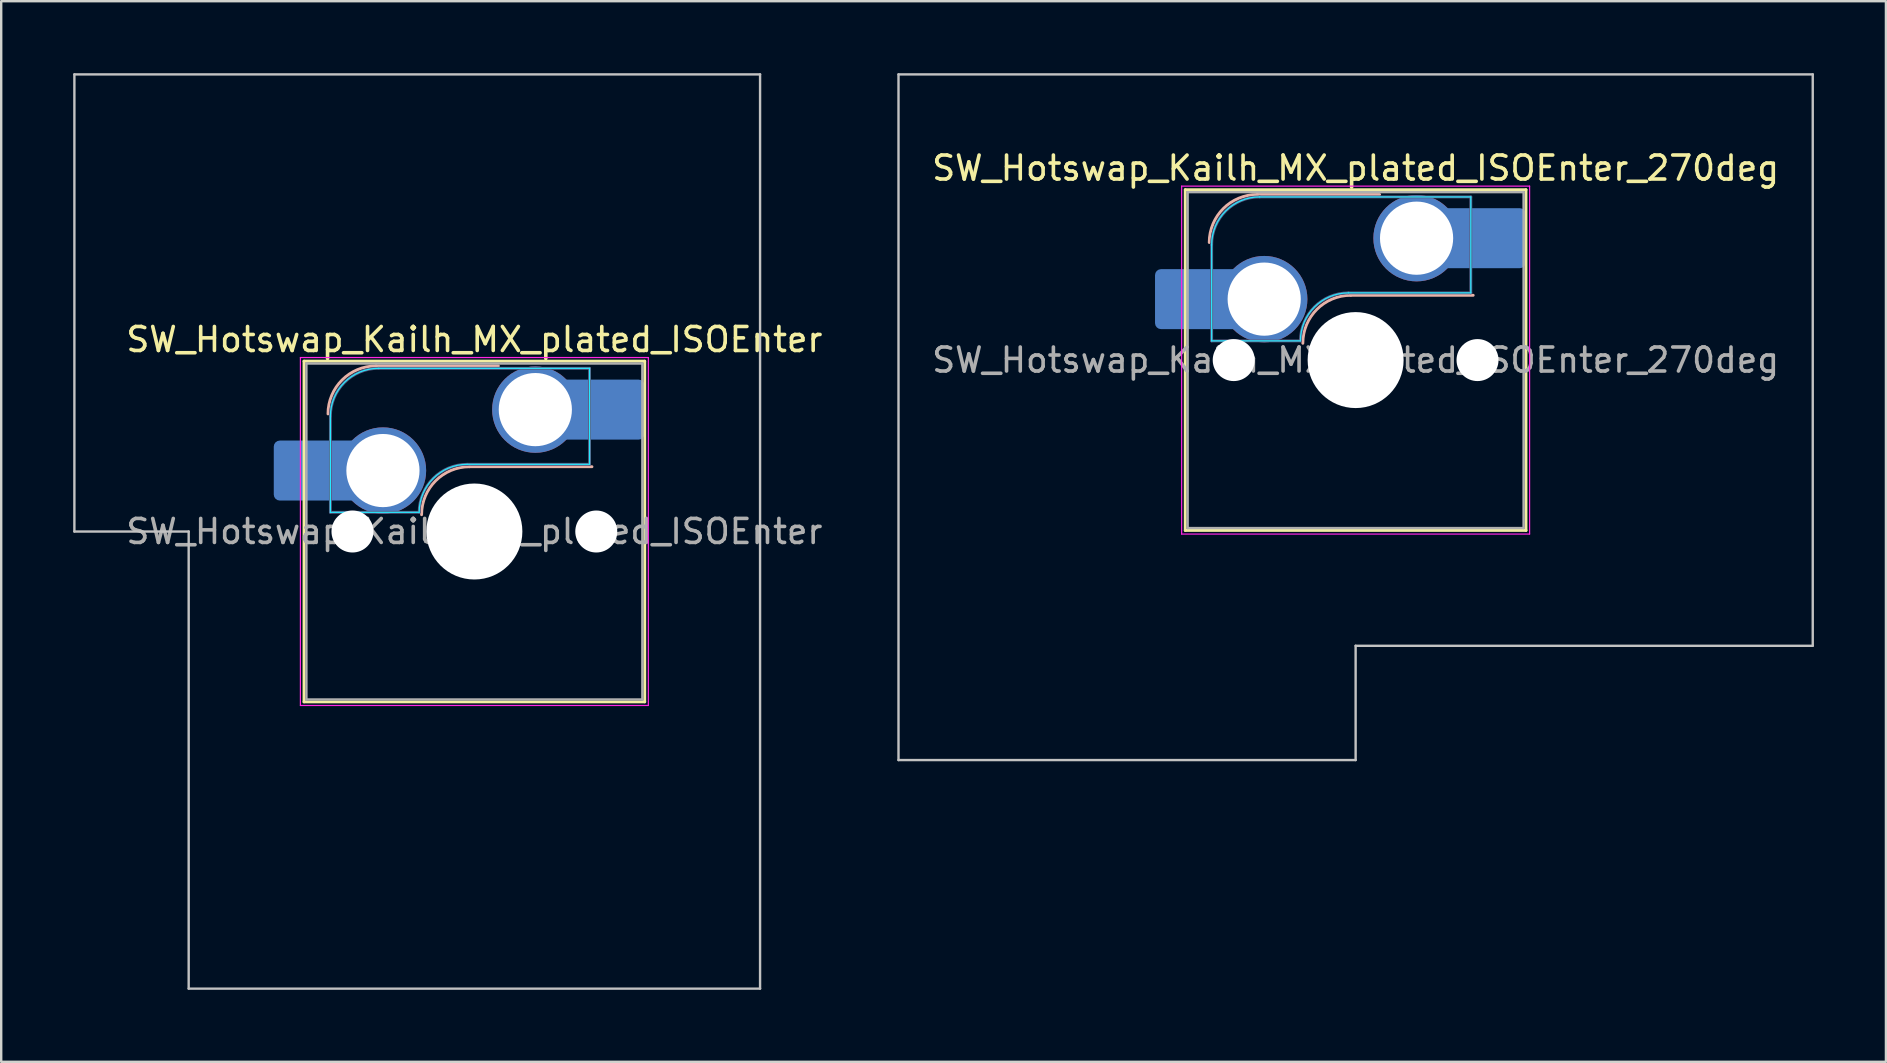
<source format=kicad_pcb>
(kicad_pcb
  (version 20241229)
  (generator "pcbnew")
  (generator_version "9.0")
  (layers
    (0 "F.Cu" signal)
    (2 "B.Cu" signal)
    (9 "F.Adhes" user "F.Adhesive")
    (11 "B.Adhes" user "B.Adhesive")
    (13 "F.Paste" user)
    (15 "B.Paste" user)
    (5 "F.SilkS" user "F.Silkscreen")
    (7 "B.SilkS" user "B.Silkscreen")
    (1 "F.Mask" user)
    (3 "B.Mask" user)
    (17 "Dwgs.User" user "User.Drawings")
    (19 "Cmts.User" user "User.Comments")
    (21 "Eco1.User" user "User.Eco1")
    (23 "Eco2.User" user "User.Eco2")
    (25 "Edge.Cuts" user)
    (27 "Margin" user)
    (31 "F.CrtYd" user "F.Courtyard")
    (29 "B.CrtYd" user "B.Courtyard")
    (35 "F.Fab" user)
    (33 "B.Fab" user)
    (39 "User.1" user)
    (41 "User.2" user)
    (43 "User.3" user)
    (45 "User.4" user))
  (footprint "SW_Hotswap_Kailh_MX_plated_ISOEnter_270deg"
    (layer "F.Cu")
    (at 53.444 11.956)
    (property "Reference" "SW_Hotswap_Kailh_MX_plated_ISOEnter_270deg" (at 0 -8 0) (layer "F.SilkS") (effects (font (size 1 1) (thickness 0.15))))
    (attr smd)
    (fp_line (start -7.1 -7.1) (end -7.1 7.1) (stroke (width 0.12) (type solid)) (layer "F.SilkS"))
    (fp_line (start -7.1 7.1) (end 7.1 7.1) (stroke (width 0.12) (type solid)) (layer "F.SilkS"))
    (fp_line (start 7.1 -7.1) (end -7.1 -7.1) (stroke (width 0.12) (type solid)) (layer "F.SilkS"))
    (fp_line (start 7.1 7.1) (end 7.1 -7.1) (stroke (width 0.12) (type solid)) (layer "F.SilkS"))
    (fp_line (start -4.1 -6.9) (end 1 -6.9) (stroke (width 0.12) (type solid)) (layer "B.SilkS"))
    (fp_line (start -0.2 -2.7) (end 4.9 -2.7) (stroke (width 0.12) (type solid)) (layer "B.SilkS"))
    (fp_arc (start -6.1 -4.9) (mid -5.514214 -6.314214) (end -4.1 -6.9) (stroke (width 0.12) (type solid)) (layer "B.SilkS"))
    (fp_arc (start -2.2 -0.7) (mid -1.614214 -2.114214) (end -0.2 -2.7) (stroke (width 0.12) (type solid)) (layer "B.SilkS"))
    (fp_line (start -19.05 -11.906) (end -19.05 16.669) (stroke (width 0.1) (type solid)) (layer "Dwgs.User"))
    (fp_line (start -19.05 16.669) (end 0 16.669) (stroke (width 0.1) (type solid)) (layer "Dwgs.User"))
    (fp_line (start 0 11.906) (end 19.05 11.906) (stroke (width 0.1) (type solid)) (layer "Dwgs.User"))
    (fp_line (start 0 16.669) (end 0 11.906) (stroke (width 0.1) (type solid)) (layer "Dwgs.User"))
    (fp_line (start 19.05 -11.906) (end -19.05 -11.906) (stroke (width 0.1) (type solid)) (layer "Dwgs.User"))
    (fp_line (start 19.05 11.906) (end 19.05 -11.906) (stroke (width 0.1) (type solid)) (layer "Dwgs.User"))
    (fp_line (start -7.8 -6) (end -7 -6) (stroke (width 0.1) (type solid)) (layer "Eco1.User"))
    (fp_line (start -7.8 -2.9) (end -7.8 -6) (stroke (width 0.1) (type solid)) (layer "Eco1.User"))
    (fp_line (start -7.8 2.9) (end -7 2.9) (stroke (width 0.1) (type solid)) (layer "Eco1.User"))
    (fp_line (start -7.8 6) (end -7.8 2.9) (stroke (width 0.1) (type solid)) (layer "Eco1.User"))
    (fp_line (start -7 -7) (end 7 -7) (stroke (width 0.1) (type solid)) (layer "Eco1.User"))
    (fp_line (start -7 -6) (end -7 -7) (stroke (width 0.1) (type solid)) (layer "Eco1.User"))
    (fp_line (start -7 -2.9) (end -7.8 -2.9) (stroke (width 0.1) (type solid)) (layer "Eco1.User"))
    (fp_line (start -7 2.9) (end -7 -2.9) (stroke (width 0.1) (type solid)) (layer "Eco1.User"))
    (fp_line (start -7 6) (end -7.8 6) (stroke (width 0.1) (type solid)) (layer "Eco1.User"))
    (fp_line (start -7 7) (end -7 6) (stroke (width 0.1) (type solid)) (layer "Eco1.User"))
    (fp_line (start 7 -7) (end 7 -6) (stroke (width 0.1) (type solid)) (layer "Eco1.User"))
    (fp_line (start 7 -6) (end 7.8 -6) (stroke (width 0.1) (type solid)) (layer "Eco1.User"))
    (fp_line (start 7 -2.9) (end 7 2.9) (stroke (width 0.1) (type solid)) (layer "Eco1.User"))
    (fp_line (start 7 2.9) (end 7.8 2.9) (stroke (width 0.1) (type solid)) (layer "Eco1.User"))
    (fp_line (start 7 6) (end 7 7) (stroke (width 0.1) (type solid)) (layer "Eco1.User"))
    (fp_line (start 7 7) (end -7 7) (stroke (width 0.1) (type solid)) (layer "Eco1.User"))
    (fp_line (start 7.8 -6) (end 7.8 -2.9) (stroke (width 0.1) (type solid)) (layer "Eco1.User"))
    (fp_line (start 7.8 -2.9) (end 7 -2.9) (stroke (width 0.1) (type solid)) (layer "Eco1.User"))
    (fp_line (start 7.8 2.9) (end 7.8 6) (stroke (width 0.1) (type solid)) (layer "Eco1.User"))
    (fp_line (start 7.8 6) (end 7 6) (stroke (width 0.1) (type solid)) (layer "Eco1.User"))
    (fp_line (start -6 -0.8) (end -6 -4.8) (stroke (width 0.05) (type solid)) (layer "B.CrtYd"))
    (fp_line (start -6 -0.8) (end -2.3 -0.8) (stroke (width 0.05) (type solid)) (layer "B.CrtYd"))
    (fp_line (start -4 -6.8) (end 4.8 -6.8) (stroke (width 0.05) (type solid)) (layer "B.CrtYd"))
    (fp_line (start -0.3 -2.8) (end 4.8 -2.8) (stroke (width 0.05) (type solid)) (layer "B.CrtYd"))
    (fp_line (start 4.8 -6.8) (end 4.8 -2.8) (stroke (width 0.05) (type solid)) (layer "B.CrtYd"))
    (fp_arc (start -6 -4.8) (mid -5.414214 -6.214214) (end -4 -6.8) (stroke (width 0.05) (type solid)) (layer "B.CrtYd"))
    (fp_arc (start -2.3 -0.8) (mid -1.714214 -2.214214) (end -0.3 -2.8) (stroke (width 0.05) (type solid)) (layer "B.CrtYd"))
    (fp_line (start -7.25 -7.25) (end -7.25 7.25) (stroke (width 0.05) (type solid)) (layer "F.CrtYd"))
    (fp_line (start -7.25 7.25) (end 7.25 7.25) (stroke (width 0.05) (type solid)) (layer "F.CrtYd"))
    (fp_line (start 7.25 -7.25) (end -7.25 -7.25) (stroke (width 0.05) (type solid)) (layer "F.CrtYd"))
    (fp_line (start 7.25 7.25) (end 7.25 -7.25) (stroke (width 0.05) (type solid)) (layer "F.CrtYd"))
    (fp_line (start -6 -0.8) (end -6 -4.8) (stroke (width 0.12) (type solid)) (layer "B.Fab"))
    (fp_line (start -6 -0.8) (end -2.3 -0.8) (stroke (width 0.12) (type solid)) (layer "B.Fab"))
    (fp_line (start -4 -6.8) (end 4.8 -6.8) (stroke (width 0.12) (type solid)) (layer "B.Fab"))
    (fp_line (start -0.3 -2.8) (end 4.8 -2.8) (stroke (width 0.12) (type solid)) (layer "B.Fab"))
    (fp_line (start 4.8 -6.8) (end 4.8 -2.8) (stroke (width 0.12) (type solid)) (layer "B.Fab"))
    (fp_arc (start -6 -4.8) (mid -5.414214 -6.214214) (end -4 -6.8) (stroke (width 0.12) (type solid)) (layer "B.Fab"))
    (fp_arc (start -2.3 -0.8) (mid -1.714214 -2.214214) (end -0.3 -2.8) (stroke (width 0.12) (type solid)) (layer "B.Fab"))
    (fp_line (start -7 -7) (end -7 7) (stroke (width 0.1) (type solid)) (layer "F.Fab"))
    (fp_line (start -7 7) (end 7 7) (stroke (width 0.1) (type solid)) (layer "F.Fab"))
    (fp_line (start 7 -7) (end -7 -7) (stroke (width 0.1) (type solid)) (layer "F.Fab"))
    (fp_line (start 7 7) (end 7 -7) (stroke (width 0.1) (type solid)) (layer "F.Fab"))
    (fp_text user "${REFERENCE}" (at 0 0 0) (layer "F.Fab") (effects (font (size 1 1) (thickness 0.15))))
    (pad "" smd roundrect (at -7.085 -2.54) (size 2.55 2.5) (layers "B.Mask" "B.Paste") (roundrect_rratio 0.1))
    (pad "" np_thru_hole circle (at -5.08 0) (size 1.75 1.75) (drill 1.75) (layers "*.Cu" "*.Mask"))
    (pad "" smd circle (at -3.81 -2.54) (size 3.1 3.1) (layers "F.Mask"))
    (pad "" np_thru_hole circle (at 0 0) (size 4 4) (drill 4) (layers "*.Cu" "*.Mask"))
    (pad "" smd circle (at 2.54 -5.08) (size 3.1 3.1) (layers "F.Mask"))
    (pad "" np_thru_hole circle (at 5.08 0) (size 1.75 1.75) (drill 1.75) (layers "*.Cu" "*.Mask"))
    (pad "" smd roundrect (at 5.842 -5.08) (size 2.55 2.5) (layers "B.Mask" "B.Paste") (roundrect_rratio 0.1))
    (pad "1" smd roundrect (at -6.585 -2.54) (size 3.55 2.5) (layers "B.Cu") (roundrect_rratio 0.1))
    (pad "1" thru_hole circle (at -3.81 -2.54) (size 3.6 3.6) (drill 3.05) (layers "*.Cu" "B.Mask"))
    (pad "2" thru_hole circle (at 2.54 -5.08) (size 3.6 3.6) (drill 3.05) (layers "*.Cu" "B.Mask"))
    (pad "2" smd roundrect (at 5.32 -5.08) (size 3.55 2.5) (layers "B.Cu") (roundrect_rratio 0.1)))
  (footprint "SW_Hotswap_Kailh_MX_plated_ISOEnter"
    (layer "F.Cu")
    (at 16.719 19.1)
    (property "Reference" "SW_Hotswap_Kailh_MX_plated_ISOEnter" (at 0 -8 0) (layer "F.SilkS") (effects (font (size 1 1) (thickness 0.15))))
    (attr smd)
    (fp_line (start -7.1 -7.1) (end -7.1 7.1) (stroke (width 0.12) (type solid)) (layer "F.SilkS"))
    (fp_line (start -7.1 7.1) (end 7.1 7.1) (stroke (width 0.12) (type solid)) (layer "F.SilkS"))
    (fp_line (start 7.1 -7.1) (end -7.1 -7.1) (stroke (width 0.12) (type solid)) (layer "F.SilkS"))
    (fp_line (start 7.1 7.1) (end 7.1 -7.1) (stroke (width 0.12) (type solid)) (layer "F.SilkS"))
    (fp_line (start -4.1 -6.9) (end 1 -6.9) (stroke (width 0.12) (type solid)) (layer "B.SilkS"))
    (fp_line (start -0.2 -2.7) (end 4.9 -2.7) (stroke (width 0.12) (type solid)) (layer "B.SilkS"))
    (fp_arc (start -6.1 -4.9) (mid -5.514214 -6.314214) (end -4.1 -6.9) (stroke (width 0.12) (type solid)) (layer "B.SilkS"))
    (fp_arc (start -2.2 -0.7) (mid -1.614214 -2.114214) (end -0.2 -2.7) (stroke (width 0.12) (type solid)) (layer "B.SilkS"))
    (fp_line (start -16.669 -19.05) (end -16.669 0) (stroke (width 0.1) (type solid)) (layer "Dwgs.User"))
    (fp_line (start -16.669 0) (end -11.906 0) (stroke (width 0.1) (type solid)) (layer "Dwgs.User"))
    (fp_line (start -11.906 0) (end -11.906 19.05) (stroke (width 0.1) (type solid)) (layer "Dwgs.User"))
    (fp_line (start -11.906 19.05) (end 11.906 19.05) (stroke (width 0.1) (type solid)) (layer "Dwgs.User"))
    (fp_line (start 11.906 -19.05) (end -16.669 -19.05) (stroke (width 0.1) (type solid)) (layer "Dwgs.User"))
    (fp_line (start 11.906 19.05) (end 11.906 -19.05) (stroke (width 0.1) (type solid)) (layer "Dwgs.User"))
    (fp_line (start -7.8 -6) (end -7 -6) (stroke (width 0.1) (type solid)) (layer "Eco1.User"))
    (fp_line (start -7.8 -2.9) (end -7.8 -6) (stroke (width 0.1) (type solid)) (layer "Eco1.User"))
    (fp_line (start -7.8 2.9) (end -7 2.9) (stroke (width 0.1) (type solid)) (layer "Eco1.User"))
    (fp_line (start -7.8 6) (end -7.8 2.9) (stroke (width 0.1) (type solid)) (layer "Eco1.User"))
    (fp_line (start -7 -7) (end 7 -7) (stroke (width 0.1) (type solid)) (layer "Eco1.User"))
    (fp_line (start -7 -6) (end -7 -7) (stroke (width 0.1) (type solid)) (layer "Eco1.User"))
    (fp_line (start -7 -2.9) (end -7.8 -2.9) (stroke (width 0.1) (type solid)) (layer "Eco1.User"))
    (fp_line (start -7 2.9) (end -7 -2.9) (stroke (width 0.1) (type solid)) (layer "Eco1.User"))
    (fp_line (start -7 6) (end -7.8 6) (stroke (width 0.1) (type solid)) (layer "Eco1.User"))
    (fp_line (start -7 7) (end -7 6) (stroke (width 0.1) (type solid)) (layer "Eco1.User"))
    (fp_line (start 7 -7) (end 7 -6) (stroke (width 0.1) (type solid)) (layer "Eco1.User"))
    (fp_line (start 7 -6) (end 7.8 -6) (stroke (width 0.1) (type solid)) (layer "Eco1.User"))
    (fp_line (start 7 -2.9) (end 7 2.9) (stroke (width 0.1) (type solid)) (layer "Eco1.User"))
    (fp_line (start 7 2.9) (end 7.8 2.9) (stroke (width 0.1) (type solid)) (layer "Eco1.User"))
    (fp_line (start 7 6) (end 7 7) (stroke (width 0.1) (type solid)) (layer "Eco1.User"))
    (fp_line (start 7 7) (end -7 7) (stroke (width 0.1) (type solid)) (layer "Eco1.User"))
    (fp_line (start 7.8 -6) (end 7.8 -2.9) (stroke (width 0.1) (type solid)) (layer "Eco1.User"))
    (fp_line (start 7.8 -2.9) (end 7 -2.9) (stroke (width 0.1) (type solid)) (layer "Eco1.User"))
    (fp_line (start 7.8 2.9) (end 7.8 6) (stroke (width 0.1) (type solid)) (layer "Eco1.User"))
    (fp_line (start 7.8 6) (end 7 6) (stroke (width 0.1) (type solid)) (layer "Eco1.User"))
    (fp_line (start -6 -0.8) (end -6 -4.8) (stroke (width 0.05) (type solid)) (layer "B.CrtYd"))
    (fp_line (start -6 -0.8) (end -2.3 -0.8) (stroke (width 0.05) (type solid)) (layer "B.CrtYd"))
    (fp_line (start -4 -6.8) (end 4.8 -6.8) (stroke (width 0.05) (type solid)) (layer "B.CrtYd"))
    (fp_line (start -0.3 -2.8) (end 4.8 -2.8) (stroke (width 0.05) (type solid)) (layer "B.CrtYd"))
    (fp_line (start 4.8 -6.8) (end 4.8 -2.8) (stroke (width 0.05) (type solid)) (layer "B.CrtYd"))
    (fp_arc (start -6 -4.8) (mid -5.414214 -6.214214) (end -4 -6.8) (stroke (width 0.05) (type solid)) (layer "B.CrtYd"))
    (fp_arc (start -2.3 -0.8) (mid -1.714214 -2.214214) (end -0.3 -2.8) (stroke (width 0.05) (type solid)) (layer "B.CrtYd"))
    (fp_line (start -7.25 -7.25) (end -7.25 7.25) (stroke (width 0.05) (type solid)) (layer "F.CrtYd"))
    (fp_line (start -7.25 7.25) (end 7.25 7.25) (stroke (width 0.05) (type solid)) (layer "F.CrtYd"))
    (fp_line (start 7.25 -7.25) (end -7.25 -7.25) (stroke (width 0.05) (type solid)) (layer "F.CrtYd"))
    (fp_line (start 7.25 7.25) (end 7.25 -7.25) (stroke (width 0.05) (type solid)) (layer "F.CrtYd"))
    (fp_line (start -6 -0.8) (end -6 -4.8) (stroke (width 0.12) (type solid)) (layer "B.Fab"))
    (fp_line (start -6 -0.8) (end -2.3 -0.8) (stroke (width 0.12) (type solid)) (layer "B.Fab"))
    (fp_line (start -4 -6.8) (end 4.8 -6.8) (stroke (width 0.12) (type solid)) (layer "B.Fab"))
    (fp_line (start -0.3 -2.8) (end 4.8 -2.8) (stroke (width 0.12) (type solid)) (layer "B.Fab"))
    (fp_line (start 4.8 -6.8) (end 4.8 -2.8) (stroke (width 0.12) (type solid)) (layer "B.Fab"))
    (fp_arc (start -6 -4.8) (mid -5.414214 -6.214214) (end -4 -6.8) (stroke (width 0.12) (type solid)) (layer "B.Fab"))
    (fp_arc (start -2.3 -0.8) (mid -1.714214 -2.214214) (end -0.3 -2.8) (stroke (width 0.12) (type solid)) (layer "B.Fab"))
    (fp_line (start -7 -7) (end -7 7) (stroke (width 0.1) (type solid)) (layer "F.Fab"))
    (fp_line (start -7 7) (end 7 7) (stroke (width 0.1) (type solid)) (layer "F.Fab"))
    (fp_line (start 7 -7) (end -7 -7) (stroke (width 0.1) (type solid)) (layer "F.Fab"))
    (fp_line (start 7 7) (end 7 -7) (stroke (width 0.1) (type solid)) (layer "F.Fab"))
    (fp_text user "${REFERENCE}" (at 0 0 0) (layer "F.Fab") (effects (font (size 1 1) (thickness 0.15))))
    (pad "" smd roundrect (at -7.085 -2.54) (size 2.55 2.5) (layers "B.Mask" "B.Paste") (roundrect_rratio 0.1))
    (pad "" np_thru_hole circle (at -5.08 0) (size 1.75 1.75) (drill 1.75) (layers "*.Cu" "*.Mask"))
    (pad "" smd circle (at -3.81 -2.54) (size 3.1 3.1) (layers "F.Mask"))
    (pad "" np_thru_hole circle (at 0 0) (size 4 4) (drill 4) (layers "*.Cu" "*.Mask"))
    (pad "" smd circle (at 2.54 -5.08) (size 3.1 3.1) (layers "F.Mask"))
    (pad "" np_thru_hole circle (at 5.08 0) (size 1.75 1.75) (drill 1.75) (layers "*.Cu" "*.Mask"))
    (pad "" smd roundrect (at 5.842 -5.08) (size 2.55 2.5) (layers "B.Mask" "B.Paste") (roundrect_rratio 0.1))
    (pad "1" smd roundrect (at -6.585 -2.54) (size 3.55 2.5) (layers "B.Cu") (roundrect_rratio 0.1))
    (pad "1" thru_hole circle (at -3.81 -2.54) (size 3.6 3.6) (drill 3.05) (layers "*.Cu" "B.Mask"))
    (pad "2" thru_hole circle (at 2.54 -5.08) (size 3.6 3.6) (drill 3.05) (layers "*.Cu" "B.Mask"))
    (pad "2" smd roundrect (at 5.32 -5.08) (size 3.55 2.5) (layers "B.Cu") (roundrect_rratio 0.1)))
  (gr_rect
    (start -3 -3)
    (end 75.544 41.2)
    (stroke (width 0.1) (type default))
    (fill no)
    (layer "Edge.Cuts")))
</source>
